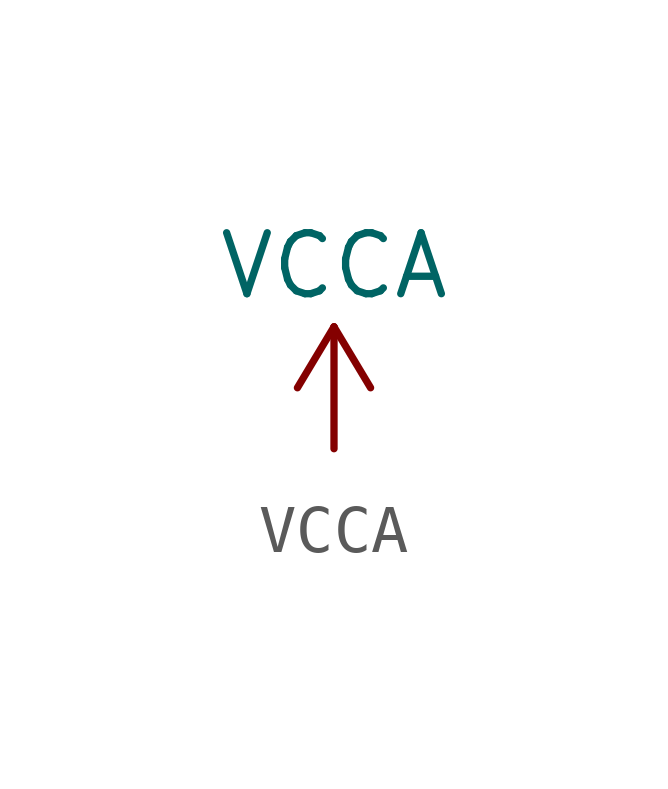
<source format=kicad_sym>
(kicad_symbol_lib
  (version 20211014)
  (generator kicad_symbol_editor)
  (symbol "VCCA"
    (power)
    (pin_names
      (offset 0))
    (property "Reference" "#PWR"
      (at 0 -3.81 0)
      (effects (font (size 1.27 1.27)) hide))
    (property "Value" "VCCA"
      (at 0 3.81 0)
      (effects (font (size 1.27 1.27))))
    (symbol "VCCA_0_1"
      (polyline (pts (xy -0.762 1.27) (xy 0 2.54)) (stroke (width 0) (type default) (color 0 0 0 0)) (fill (type none)))
      (polyline (pts (xy 0 0) (xy 0 2.54)) (stroke (width 0) (type default) (color 0 0 0 0)) (fill (type none)))
      (polyline (pts (xy 0 2.54) (xy 0.762 1.27)) (stroke (width 0) (type default) (color 0 0 0 0)) (fill (type none))))
    (symbol "VCCA_1_1"
      (pin power_in line (at 0 0 90) (length 0) hide (name "VCCA" (effects (font (size 1.27 1.27)))) (number "1" (effects (font (size 1.27 1.27))))))))
</source>
